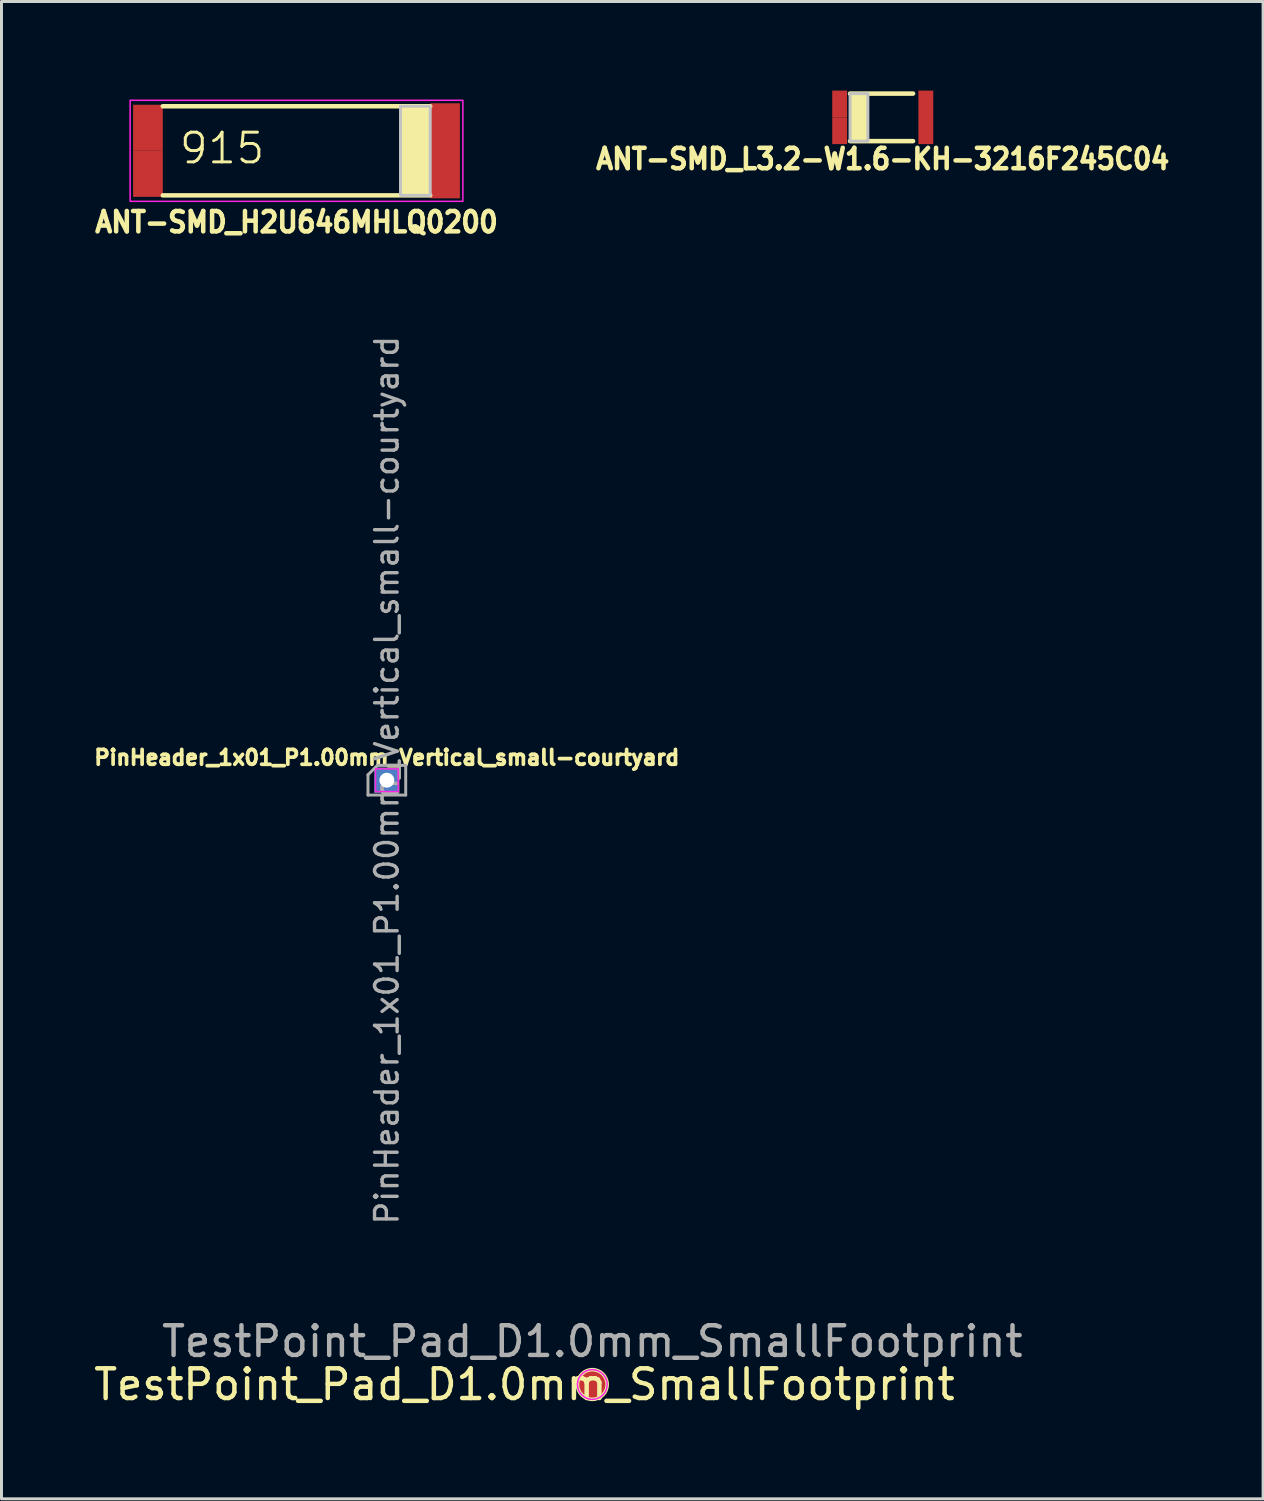
<source format=kicad_pcb>
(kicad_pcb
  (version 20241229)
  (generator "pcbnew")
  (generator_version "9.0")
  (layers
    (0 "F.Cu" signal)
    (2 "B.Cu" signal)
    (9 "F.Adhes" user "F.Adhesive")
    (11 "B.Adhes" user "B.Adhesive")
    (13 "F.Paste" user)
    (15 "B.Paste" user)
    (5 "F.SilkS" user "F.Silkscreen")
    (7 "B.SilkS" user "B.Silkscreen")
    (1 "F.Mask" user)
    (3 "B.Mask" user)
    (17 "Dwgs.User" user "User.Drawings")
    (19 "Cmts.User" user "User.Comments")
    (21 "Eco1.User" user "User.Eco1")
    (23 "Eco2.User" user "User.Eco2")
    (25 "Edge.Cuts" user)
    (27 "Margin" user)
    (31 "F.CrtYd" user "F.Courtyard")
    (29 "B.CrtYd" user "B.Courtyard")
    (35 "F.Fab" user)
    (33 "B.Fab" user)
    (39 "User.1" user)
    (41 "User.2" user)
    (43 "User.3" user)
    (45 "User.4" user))
  (footprint "ANT-SMD_L3.2-W1.6-KH-3216F245C04"
    (layer "F.Cu")
    (at 26.662 0.9)
    (property "Reference" "ANT-SMD_L3.2-W1.6-KH-3216F245C04" (at 0 1 180) (layer "F.SilkS") (effects (font (size 0.686 0.628) (thickness 0.152)) (justify top)))
    (fp_line (start -1.1 -0.8) (end 1.02 -0.8) (stroke (width 0.152) (type default)) (layer "F.SilkS"))
    (fp_line (start -1.1 0.8) (end 1.02 0.8) (stroke (width 0.152) (type default)) (layer "F.SilkS"))
    (fp_poly (pts (xy -1.1 -0.8) (xy -1.1 0.8) (xy -0.5 0.8) (xy -0.5 -0.8)) (stroke (width 0) (type default)) (fill yes) (layer "F.SilkS"))
    (fp_poly (pts (xy -1.1 -0.8) (xy -1.1 0.8) (xy -0.5 0.8) (xy -0.5 -0.8)) (stroke (width 0.1) (type default)) (fill no) (layer "Dwgs.User"))
    (fp_poly (pts (xy -1.2 -0.8) (xy -1.2 0.8) (xy -1.6 0.8) (xy -1.6 -0.8)) (stroke (width 0.1) (type default)) (fill no) (layer "User.1"))
    (fp_poly (pts (xy 1.2 0.8) (xy 1.2 -0.8) (xy 1.6 -0.8) (xy 1.6 0.8)) (stroke (width 0.1) (type default)) (fill no) (layer "User.1"))
    (fp_line (start -1.6 -0.8) (end 1.6 -0.8) (stroke (width 0.051) (type default)) (layer "User.2"))
    (fp_line (start -1.6 0.8) (end -1.6 -0.8) (stroke (width 0.051) (type default)) (layer "User.2"))
    (fp_line (start 1.6 -0.8) (end 1.6 0.8) (stroke (width 0.051) (type default)) (layer "User.2"))
    (fp_line (start 1.6 0.8) (end -1.6 0.8) (stroke (width 0.051) (type default)) (layer "User.2"))
    (fp_poly (pts (xy -1.54 0.8) (xy -1.558 0.758) (xy -1.6 0.74) (xy -1.642 0.758) (xy -1.66 0.8) (xy -1.642 0.842) (xy -1.6 0.86) (xy -1.558 0.842)) (stroke (width 0.1) (type default)) (fill no) (layer "User.3"))
    (pad "1" smd rect (at -1.45 0.45) (size 0.5 0.9) (layers "F.Cu" "F.Mask" "F.Paste"))
    (pad "2" smd rect (at 1.45 0 180) (size 0.5 1.8) (layers "F.Cu" "F.Mask" "F.Paste"))
    (pad "3" smd rect (at -1.45 -0.45) (size 0.5 0.9) (layers "F.Cu" "F.Mask" "F.Paste")))
  (footprint "TestPoint_Pad_D1.0mm_SmallFootprint"
    (layer "F.Cu")
    (at 16.887 43.551)
    (property "Reference" "TestPoint_Pad_D1.0mm_SmallFootprint" (at -2.286 0 0) (layer "F.SilkS") (effects (font (size 1 1) (thickness 0.15))))
    (attr exclude_from_pos_files dnp)
    (fp_circle (center 0 0) (end 0.5 0) (stroke (width 0.12) (type solid)) (fill no) (layer "F.SilkS"))
    (fp_circle (center 0 0) (end 0.5 0) (stroke (width 0.05) (type solid)) (fill no) (layer "F.CrtYd"))
    (fp_text user "${REFERENCE}" (at 0 -1.45 0) (layer "F.Fab") (effects (font (size 1 1) (thickness 0.15))))
    (pad "1" smd circle (at 0 0) (size 1 1) (layers "F.Cu" "F.Mask")))
  (footprint "PinHeader_1x01_P1.00mm_Vertical_small-courtyard"
    (layer "F.Cu")
    (at 9.971 23.211)
    (property "Reference" "PinHeader_1x01_P1.00mm_Vertical_small-courtyard" (at 0 -0.762 0) (layer "F.SilkS") (effects (font (size 0.5 0.5) (thickness 0.125))))
    (attr through_hole dnp)
    (fp_line (start -0.381 -0.381) (end -0.381 0.381) (stroke (width 0.05) (type solid)) (layer "F.CrtYd"))
    (fp_line (start -0.381 0.381) (end 0.381 0.381) (stroke (width 0.05) (type solid)) (layer "F.CrtYd"))
    (fp_line (start 0.381 -0.381) (end -0.381 -0.381) (stroke (width 0.05) (type solid)) (layer "F.CrtYd"))
    (fp_line (start 0.381 0.381) (end 0.381 -0.381) (stroke (width 0.05) (type solid)) (layer "F.CrtYd"))
    (fp_line (start -0.635 -0.182) (end -0.318 -0.5) (stroke (width 0.1) (type solid)) (layer "F.Fab"))
    (fp_line (start -0.635 0.5) (end -0.635 -0.182) (stroke (width 0.1) (type solid)) (layer "F.Fab"))
    (fp_line (start -0.318 -0.5) (end 0.635 -0.5) (stroke (width 0.1) (type solid)) (layer "F.Fab"))
    (fp_line (start 0.635 -0.5) (end 0.635 0.5) (stroke (width 0.1) (type solid)) (layer "F.Fab"))
    (fp_line (start 0.635 0.5) (end -0.635 0.5) (stroke (width 0.1) (type solid)) (layer "F.Fab"))
    (fp_text user "${REFERENCE}" (at 0 0 90) (layer "F.Fab") (effects (font (size 0.76 0.76) (thickness 0.114))))
    (pad "1" thru_hole rect (at 0 0) (size 0.85 0.85) (drill 0.5) (layers "*.Cu" "*.Mask")))
  (footprint "ANT-SMD_H2U646MHLQ0200"
    (layer "F.Cu")
    (at 6.93 2.026)
    (property "Reference" "ANT-SMD_H2U646MHLQ0200" (at 0 2 180) (layer "F.SilkS") (effects (font (size 0.686 0.628) (thickness 0.152)) (justify top)))
    (fp_line (start -4.5 -1.5) (end 4.5 -1.5) (stroke (width 0.152) (type default)) (layer "F.SilkS"))
    (fp_line (start -4.5 1.5) (end 4.5 1.5) (stroke (width 0.152) (type default)) (layer "F.SilkS"))
    (fp_poly (pts (xy 3.5 -1.5) (xy 3.5 1.5) (xy 4.5 1.5) (xy 4.5 -1.5)) (stroke (width 0) (type default)) (fill yes) (layer "F.SilkS"))
    (fp_poly (pts (xy 3.5 -1.5) (xy 3.5 1.5) (xy 4.5 1.5) (xy 4.5 -1.5)) (stroke (width 0.1) (type default)) (fill no) (layer "Dwgs.User"))
    (fp_rect (start -5.6 -1.7) (end 5.6 1.7) (stroke (width 0.05) (type solid)) (fill no) (layer "F.CrtYd"))
    (fp_poly (pts (xy -4.5 -1.5) (xy -4.5 1.5) (xy -5.5 1.5) (xy -5.5 -1.5)) (stroke (width 0.1) (type default)) (fill no) (layer "User.1"))
    (fp_poly (pts (xy 4.5 1.5) (xy 4.5 -1.5) (xy 5.5 -1.5) (xy 5.5 1.5)) (stroke (width 0.1) (type default)) (fill no) (layer "User.1"))
    (fp_line (start -6 -2) (end 6 -2) (stroke (width 0.051) (type default)) (layer "User.2"))
    (fp_line (start -6 2) (end -6 -2) (stroke (width 0.051) (type default)) (layer "User.2"))
    (fp_line (start 6 -2) (end 6 2) (stroke (width 0.051) (type default)) (layer "User.2"))
    (fp_line (start 6 2) (end -6 2) (stroke (width 0.051) (type default)) (layer "User.2"))
    (fp_text user "915" (at -4 0.5 0) (unlocked yes) (layer "F.SilkS") (effects (font (size 1 1) (thickness 0.1)) (justify left bottom)))
    (pad "1" smd rect (at -5 0.775) (size 1 1.55) (layers "F.Cu" "F.Mask" "F.Paste"))
    (pad "2" smd rect (at 5 0 180) (size 1 3.2) (layers "F.Cu" "F.Mask" "F.Paste"))
    (pad "3" smd rect (at -5 -0.775) (size 1 1.55) (layers "F.Cu" "F.Mask" "F.Paste")))
  (gr_rect
    (start -3 -3)
    (end 39.465 47.399)
    (stroke (width 0.1) (type default))
    (fill no)
    (layer "Edge.Cuts")))
</source>
